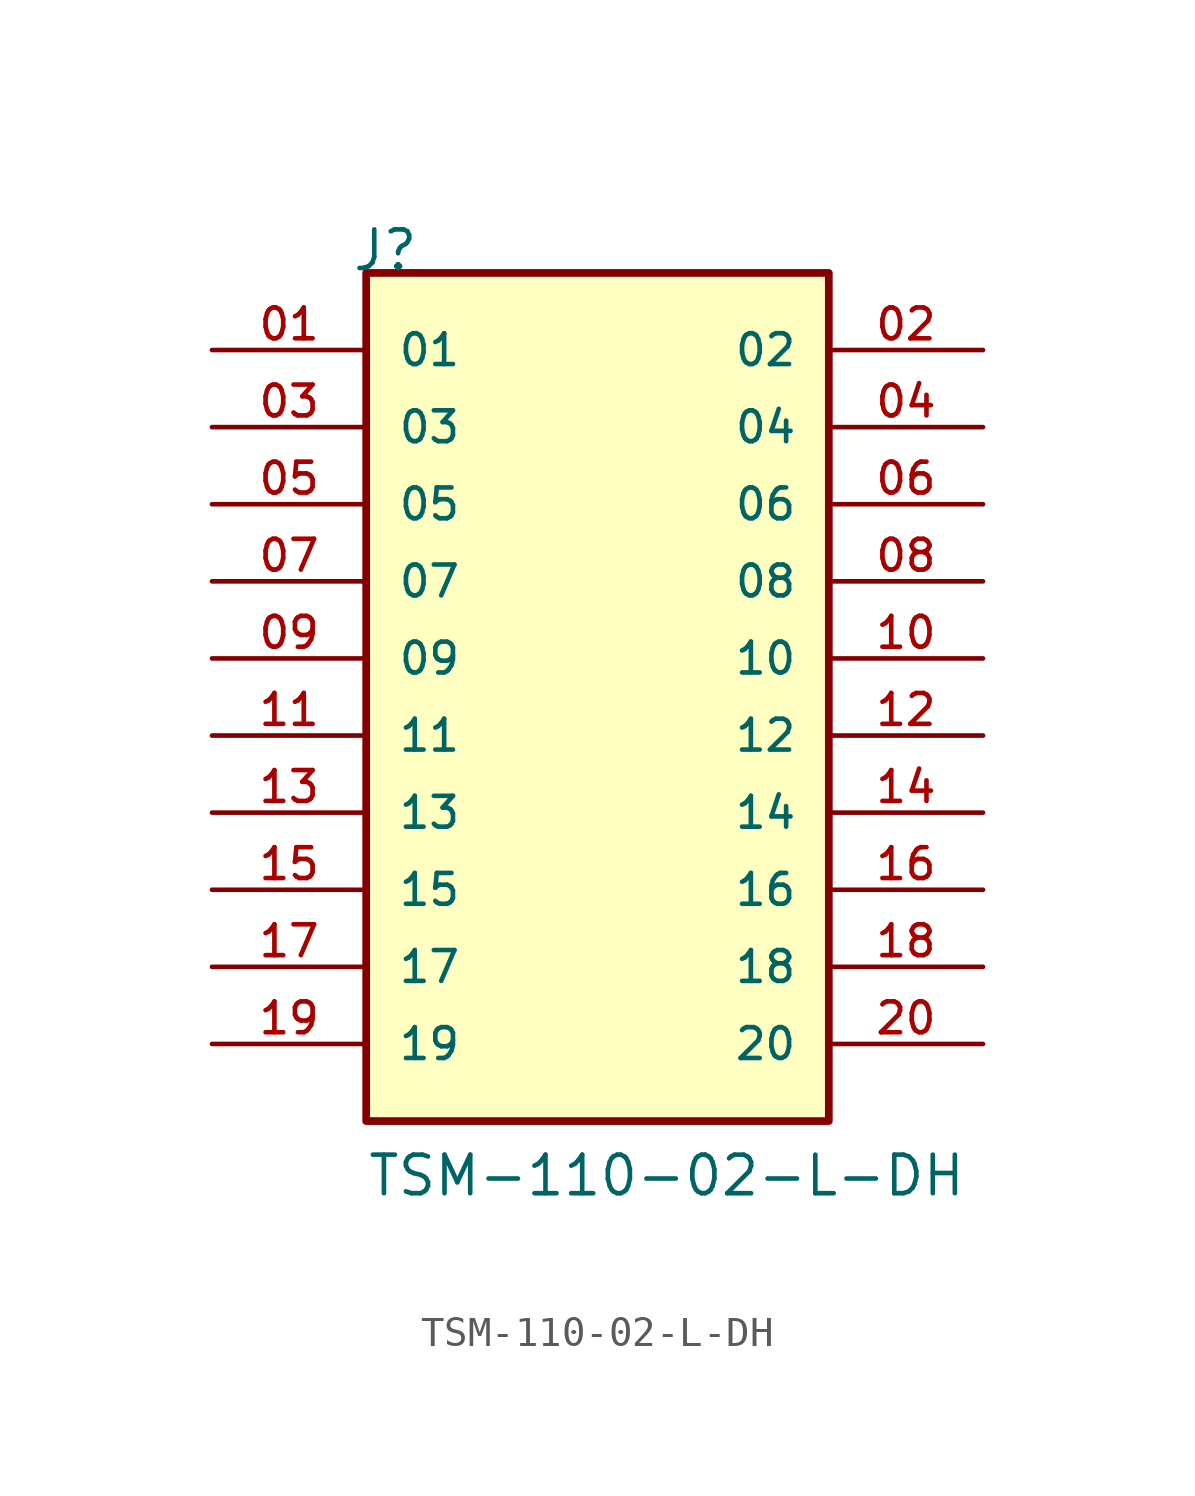
<source format=kicad_sym>
(kicad_symbol_lib
  (version 20211014)
  (generator kicad_symbol_editor)
  (symbol "TSM-110-02-L-DH"
    (pin_names
      (offset 1.016))
    (property "Reference" "J"
      (at -8.12 15.24 0)
      (effects (font (size 1.27 1.27)) (justify bottom left)))
    (property "Value" "TSM-110-02-L-DH"
      (at -7.62 -15.24 0)
      (effects (font (size 1.27 1.27)) (justify bottom left)))
    (symbol "TSM-110-02-L-DH_0_0"
      (rectangle (start -7.62 -12.7) (end 7.62 15.24) (stroke (width 0.254)) (fill (type background)))
      (pin passive line (at -12.7 12.7 0) (length 5.08) (name "01" (effects (font (size 1.016 1.016)))) (number "01" (effects (font (size 1.016 1.016)))))
      (pin passive line (at 12.7 12.7 180.0) (length 5.08) (name "02" (effects (font (size 1.016 1.016)))) (number "02" (effects (font (size 1.016 1.016)))))
      (pin passive line (at -12.7 10.16 0) (length 5.08) (name "03" (effects (font (size 1.016 1.016)))) (number "03" (effects (font (size 1.016 1.016)))))
      (pin passive line (at 12.7 10.16 180.0) (length 5.08) (name "04" (effects (font (size 1.016 1.016)))) (number "04" (effects (font (size 1.016 1.016)))))
      (pin passive line (at -12.7 7.62 0) (length 5.08) (name "05" (effects (font (size 1.016 1.016)))) (number "05" (effects (font (size 1.016 1.016)))))
      (pin passive line (at 12.7 7.62 180.0) (length 5.08) (name "06" (effects (font (size 1.016 1.016)))) (number "06" (effects (font (size 1.016 1.016)))))
      (pin passive line (at -12.7 5.08 0) (length 5.08) (name "07" (effects (font (size 1.016 1.016)))) (number "07" (effects (font (size 1.016 1.016)))))
      (pin passive line (at 12.7 5.08 180.0) (length 5.08) (name "08" (effects (font (size 1.016 1.016)))) (number "08" (effects (font (size 1.016 1.016)))))
      (pin passive line (at -12.7 2.54 0) (length 5.08) (name "09" (effects (font (size 1.016 1.016)))) (number "09" (effects (font (size 1.016 1.016)))))
      (pin passive line (at 12.7 2.54 180.0) (length 5.08) (name "10" (effects (font (size 1.016 1.016)))) (number "10" (effects (font (size 1.016 1.016)))))
      (pin passive line (at -12.7 0.0 0) (length 5.08) (name "11" (effects (font (size 1.016 1.016)))) (number "11" (effects (font (size 1.016 1.016)))))
      (pin passive line (at 12.7 0.0 180.0) (length 5.08) (name "12" (effects (font (size 1.016 1.016)))) (number "12" (effects (font (size 1.016 1.016)))))
      (pin passive line (at -12.7 -2.54 0) (length 5.08) (name "13" (effects (font (size 1.016 1.016)))) (number "13" (effects (font (size 1.016 1.016)))))
      (pin passive line (at 12.7 -2.54 180.0) (length 5.08) (name "14" (effects (font (size 1.016 1.016)))) (number "14" (effects (font (size 1.016 1.016)))))
      (pin passive line (at -12.7 -5.08 0) (length 5.08) (name "15" (effects (font (size 1.016 1.016)))) (number "15" (effects (font (size 1.016 1.016)))))
      (pin passive line (at 12.7 -5.08 180.0) (length 5.08) (name "16" (effects (font (size 1.016 1.016)))) (number "16" (effects (font (size 1.016 1.016)))))
      (pin passive line (at -12.7 -7.62 0) (length 5.08) (name "17" (effects (font (size 1.016 1.016)))) (number "17" (effects (font (size 1.016 1.016)))))
      (pin passive line (at 12.7 -7.62 180.0) (length 5.08) (name "18" (effects (font (size 1.016 1.016)))) (number "18" (effects (font (size 1.016 1.016)))))
      (pin passive line (at -12.7 -10.16 0) (length 5.08) (name "19" (effects (font (size 1.016 1.016)))) (number "19" (effects (font (size 1.016 1.016)))))
      (pin passive line (at 12.7 -10.16 180.0) (length 5.08) (name "20" (effects (font (size 1.016 1.016)))) (number "20" (effects (font (size 1.016 1.016))))))))
</source>
